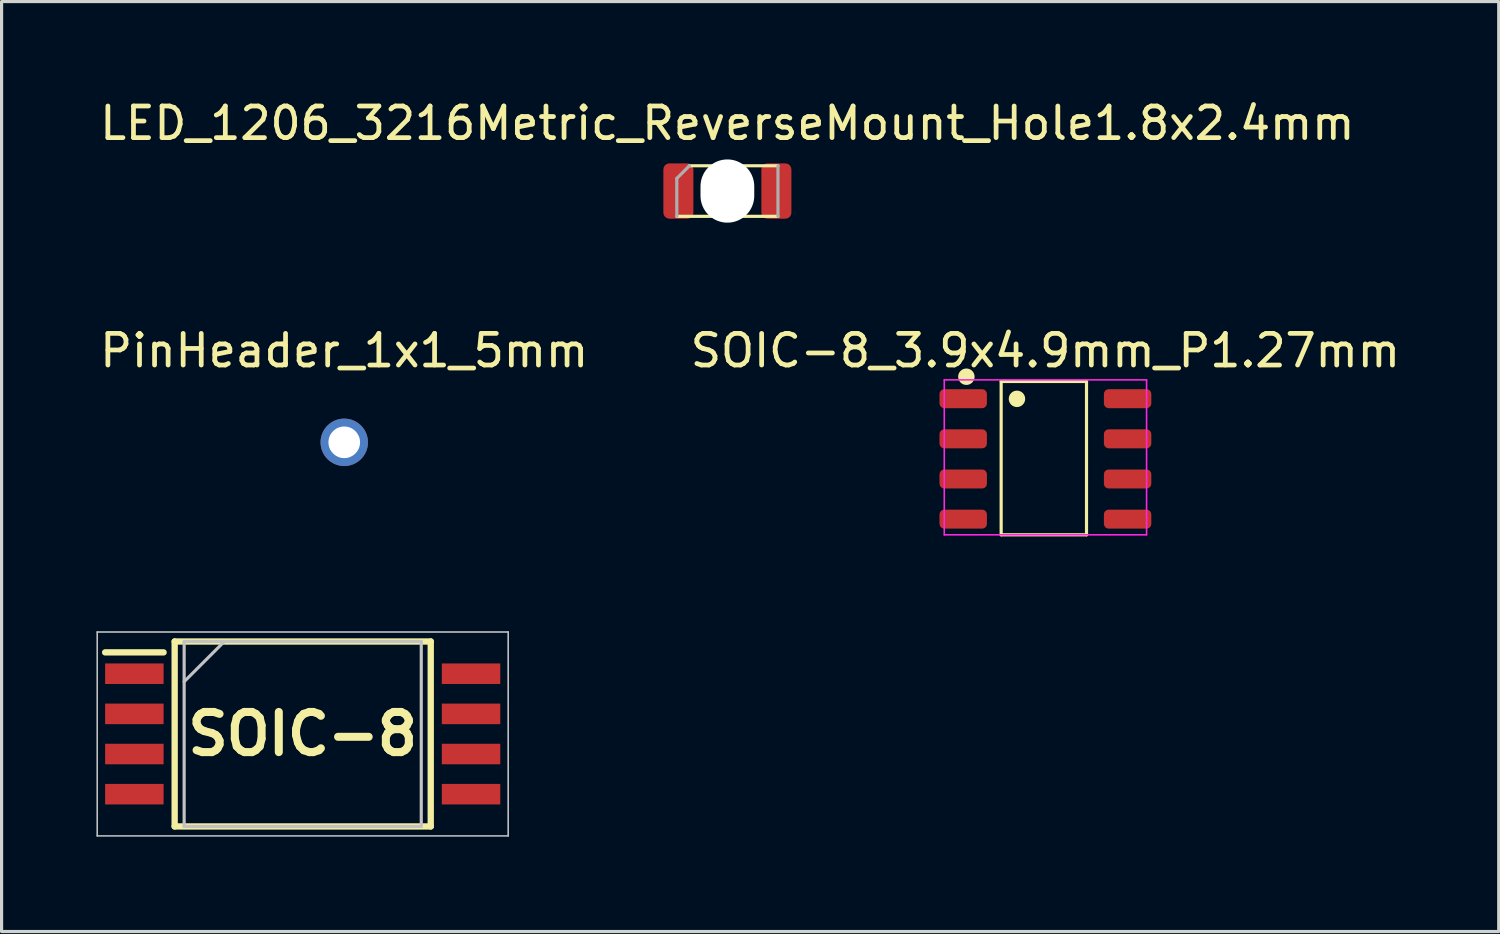
<source format=kicad_pcb>
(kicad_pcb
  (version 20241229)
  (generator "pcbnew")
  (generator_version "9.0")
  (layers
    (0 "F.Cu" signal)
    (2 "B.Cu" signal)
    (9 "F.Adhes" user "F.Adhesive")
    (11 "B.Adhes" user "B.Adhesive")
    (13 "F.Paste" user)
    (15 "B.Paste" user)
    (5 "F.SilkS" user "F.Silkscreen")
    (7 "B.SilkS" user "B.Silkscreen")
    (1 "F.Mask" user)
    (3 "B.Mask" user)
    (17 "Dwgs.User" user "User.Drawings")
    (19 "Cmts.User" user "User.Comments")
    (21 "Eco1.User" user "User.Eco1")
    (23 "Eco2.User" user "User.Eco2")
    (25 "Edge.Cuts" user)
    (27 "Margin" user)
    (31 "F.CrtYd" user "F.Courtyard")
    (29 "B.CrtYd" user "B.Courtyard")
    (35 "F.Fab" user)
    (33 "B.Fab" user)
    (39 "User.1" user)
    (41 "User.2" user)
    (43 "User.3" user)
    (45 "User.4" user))
  (footprint "SOIC-8_3.9x4.9mm_P1.27mm"
    (layer "F.Cu")
    (at 30.018 11.441)
    (property "Reference" "SOIC-8_3.9x4.9mm_P1.27mm" (at 0 -3.4 0) (layer "F.SilkS") (effects (font (size 1 1) (thickness 0.15))))
    (attr smd)
    (fp_line (start -1.4 -2.425) (end 1.3 -2.425) (stroke (width 0.1) (type solid)) (layer "F.SilkS"))
    (fp_line (start -1.4 2.425) (end -1.4 -2.425) (stroke (width 0.1) (type solid)) (layer "F.SilkS"))
    (fp_line (start 1.3 -2.425) (end 1.3 2.425) (stroke (width 0.1) (type solid)) (layer "F.SilkS"))
    (fp_line (start 1.3 2.425) (end -1.4 2.425) (stroke (width 0.1) (type solid)) (layer "F.SilkS"))
    (fp_circle (center -2.5 -2.575) (end -2.3 -2.575) (stroke (width 0.12) (type solid)) (fill yes) (layer "F.SilkS"))
    (fp_circle (center -0.9 -1.875) (end -0.7 -1.875) (stroke (width 0.12) (type solid)) (fill yes) (layer "F.SilkS"))
    (fp_line (start -3.2 -2.475) (end -3.2 2.425) (stroke (width 0.05) (type solid)) (layer "F.CrtYd"))
    (fp_line (start -3.2 2.425) (end 3.2 2.425) (stroke (width 0.05) (type solid)) (layer "F.CrtYd"))
    (fp_line (start 3.2 -2.475) (end -3.2 -2.475) (stroke (width 0.05) (type solid)) (layer "F.CrtYd"))
    (fp_line (start 3.2 2.425) (end 3.2 -2.475) (stroke (width 0.05) (type solid)) (layer "F.CrtYd"))
    (pad "1" smd roundrect (at -2.6 -1.88) (size 1.5 0.6) (layers "F.Cu" "F.Mask" "F.Paste") (roundrect_rratio 0.25))
    (pad "2" smd roundrect (at -2.6 -0.61) (size 1.5 0.6) (layers "F.Cu" "F.Mask" "F.Paste") (roundrect_rratio 0.25))
    (pad "3" smd roundrect (at -2.6 0.66) (size 1.5 0.6) (layers "F.Cu" "F.Mask" "F.Paste") (roundrect_rratio 0.25))
    (pad "4" smd roundrect (at -2.6 1.93) (size 1.5 0.6) (layers "F.Cu" "F.Mask" "F.Paste") (roundrect_rratio 0.25))
    (pad "5" smd roundrect (at 2.6 1.93) (size 1.5 0.6) (layers "F.Cu" "F.Mask" "F.Paste") (roundrect_rratio 0.25))
    (pad "6" smd roundrect (at 2.6 0.66) (size 1.5 0.6) (layers "F.Cu" "F.Mask" "F.Paste") (roundrect_rratio 0.25))
    (pad "7" smd roundrect (at 2.6 -0.61) (size 1.5 0.6) (layers "F.Cu" "F.Mask" "F.Paste") (roundrect_rratio 0.25))
    (pad "8" smd roundrect (at 2.6 -1.88) (size 1.5 0.6) (layers "F.Cu" "F.Mask" "F.Paste") (roundrect_rratio 0.25)))
  (footprint "LED_1206_3216Metric_ReverseMount_Hole1.8x2.4mm"
    (layer "F.Cu")
    (at 19.958 2.993)
    (property "Reference" "LED_1206_3216Metric_ReverseMount_Hole1.8x2.4mm" (at 0 -2.145 180) (layer "F.SilkS") (effects (font (size 1 1) (thickness 0.15))))
    (attr smd)
    (fp_line (start -1.6 0.8) (end 1.6 0.8) (stroke (width 0.1) (type solid)) (layer "F.SilkS"))
    (fp_line (start 1.6 -0.8) (end -1.2 -0.8) (stroke (width 0.1) (type solid)) (layer "F.SilkS"))
    (fp_line (start -1.6 -0.4) (end -1.6 0.8) (stroke (width 0.1) (type solid)) (layer "F.Fab"))
    (fp_line (start -1.2 -0.8) (end -1.6 -0.4) (stroke (width 0.1) (type solid)) (layer "F.Fab"))
    (fp_line (start 1.6 0.8) (end 1.6 -0.8) (stroke (width 0.1) (type solid)) (layer "F.Fab"))
    (pad "" np_thru_hole oval (at 0 0) (size 1.7 2) (drill oval 1.8 2.4) (layers "*.Cu" "*.Mask"))
    (pad "1" smd roundrect (at -1.55 0) (size 0.95 1.75) (layers "F.Cu" "F.Mask" "F.Paste") (roundrect_rratio 0.2))
    (pad "2" smd roundrect (at 1.55 0) (size 0.95 1.75) (layers "F.Cu" "F.Mask" "F.Paste") (roundrect_rratio 0.2)))
  (footprint "PinHeader_1x1_5mm"
    (layer "F.Cu")
    (at 7.839 10.941)
    (property "Reference" "PinHeader_1x1_5mm" (at 0 -2.9 180) (layer "F.SilkS") (effects (font (size 1 1) (thickness 0.15))))
    (attr exclude_from_pos_files)
    (pad "1" thru_hole circle (at 0 0) (size 1.5 1.5) (drill 1) (layers "*.Cu" "*.Mask")))
  (footprint "SOIC-8"
    (layer "F.Cu")
    (at 6.525 20.166)
    (property "Reference" "SOIC-8" (at 0 0 0) (layer "F.SilkS") (effects (font (size 1.27 1.27) (thickness 0.254))))
    (attr smd)
    (fp_line (start -6.25 -2.58) (end -4.4 -2.58) (stroke (width 0.2) (type solid)) (layer "F.SilkS"))
    (fp_line (start -4.05 -2.925) (end 4.05 -2.925) (stroke (width 0.2) (type solid)) (layer "F.SilkS"))
    (fp_line (start -4.05 2.925) (end -4.05 -2.925) (stroke (width 0.2) (type solid)) (layer "F.SilkS"))
    (fp_line (start 4.05 -2.925) (end 4.05 2.925) (stroke (width 0.2) (type solid)) (layer "F.SilkS"))
    (fp_line (start 4.05 2.925) (end -4.05 2.925) (stroke (width 0.2) (type solid)) (layer "F.SilkS"))
    (fp_line (start -6.5 -3.225) (end 6.5 -3.225) (stroke (width 0.05) (type solid)) (layer "Dwgs.User"))
    (fp_line (start -6.5 3.225) (end -6.5 -3.225) (stroke (width 0.05) (type solid)) (layer "Dwgs.User"))
    (fp_line (start -3.75 -2.925) (end 3.75 -2.925) (stroke (width 0.1) (type solid)) (layer "Dwgs.User"))
    (fp_line (start -3.75 -1.655) (end -2.48 -2.925) (stroke (width 0.1) (type solid)) (layer "Dwgs.User"))
    (fp_line (start -3.75 2.925) (end -3.75 -2.925) (stroke (width 0.1) (type solid)) (layer "Dwgs.User"))
    (fp_line (start 3.75 -2.925) (end 3.75 2.925) (stroke (width 0.1) (type solid)) (layer "Dwgs.User"))
    (fp_line (start 3.75 2.925) (end -3.75 2.925) (stroke (width 0.1) (type solid)) (layer "Dwgs.User"))
    (fp_line (start 6.5 -3.225) (end 6.5 3.225) (stroke (width 0.05) (type solid)) (layer "Dwgs.User"))
    (fp_line (start 6.5 3.225) (end -6.5 3.225) (stroke (width 0.05) (type solid)) (layer "Dwgs.User"))
    (pad "1" smd rect (at -5.325 -1.905 90) (size 0.65 1.85) (layers "F.Cu" "F.Mask" "F.Paste"))
    (pad "2" smd rect (at -5.325 -0.635 90) (size 0.65 1.85) (layers "F.Cu" "F.Mask" "F.Paste"))
    (pad "3" smd rect (at -5.325 0.635 90) (size 0.65 1.85) (layers "F.Cu" "F.Mask" "F.Paste"))
    (pad "4" smd rect (at -5.325 1.905 90) (size 0.65 1.85) (layers "F.Cu" "F.Mask" "F.Paste"))
    (pad "5" smd rect (at 5.325 1.905 90) (size 0.65 1.85) (layers "F.Cu" "F.Mask" "F.Paste"))
    (pad "6" smd rect (at 5.325 0.635 90) (size 0.65 1.85) (layers "F.Cu" "F.Mask" "F.Paste"))
    (pad "7" smd rect (at 5.325 -0.635 90) (size 0.65 1.85) (layers "F.Cu" "F.Mask" "F.Paste"))
    (pad "8" smd rect (at 5.325 -1.905 90) (size 0.65 1.85) (layers "F.Cu" "F.Mask" "F.Paste")))
  (gr_rect
    (start -3 -3)
    (end 44.357 26.416)
    (stroke (width 0.1) (type default))
    (fill no)
    (layer "Edge.Cuts")))
</source>
